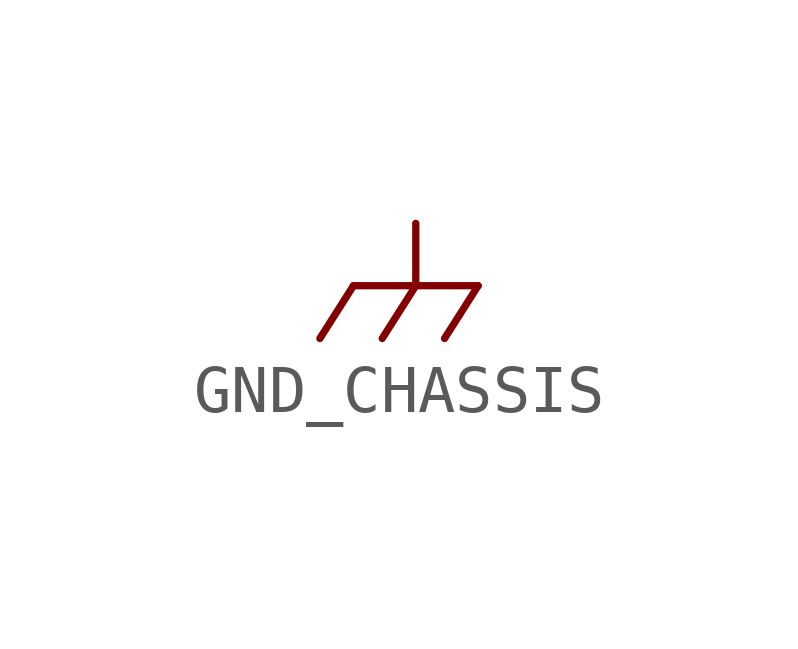
<source format=kicad_sym>
(kicad_symbol_lib
  (version 20231120)
  (generator "kicad_symbol_editor")
  (generator_version "8.0")
  (symbol "GND_CHASSIS"
    (power)
    (pin_numbers hide)
    (pin_names
      (offset 0) hide)
    (property "Reference" "#PWR"
      (at 0 -6.35 0)
      (effects (font (size 1.25 1.25)) (hide yes)))
    (symbol "GND_CHASSIS_0_1"
      (polyline (pts (xy -1.3 -1.3) (xy -2 -2.4)) (stroke (width 0) (type default)) (fill (type none)))
      (polyline (pts (xy 0 -1.3) (xy -0.7 -2.4)) (stroke (width 0) (type default)) (fill (type none)))
      (polyline (pts (xy 1.3 -1.3) (xy 0.6 -2.4)) (stroke (width 0) (type default)) (fill (type none)))
      (polyline (pts (xy 0 0) (xy 0 -1.3) (xy 1.3 -1.3) (xy -1.3 -1.3) (xy 0 -1.3)) (stroke (width 0) (type default)) (fill (type none))))
    (symbol "GND_CHASSIS_1_1"
      (pin power_in line (at 0 0 270) (length 0) hide (name "CHASSIS" (effects (font (size 1.25 1.25)))) (number "1" (effects (font (size 1.25 1.25))))))))
</source>
